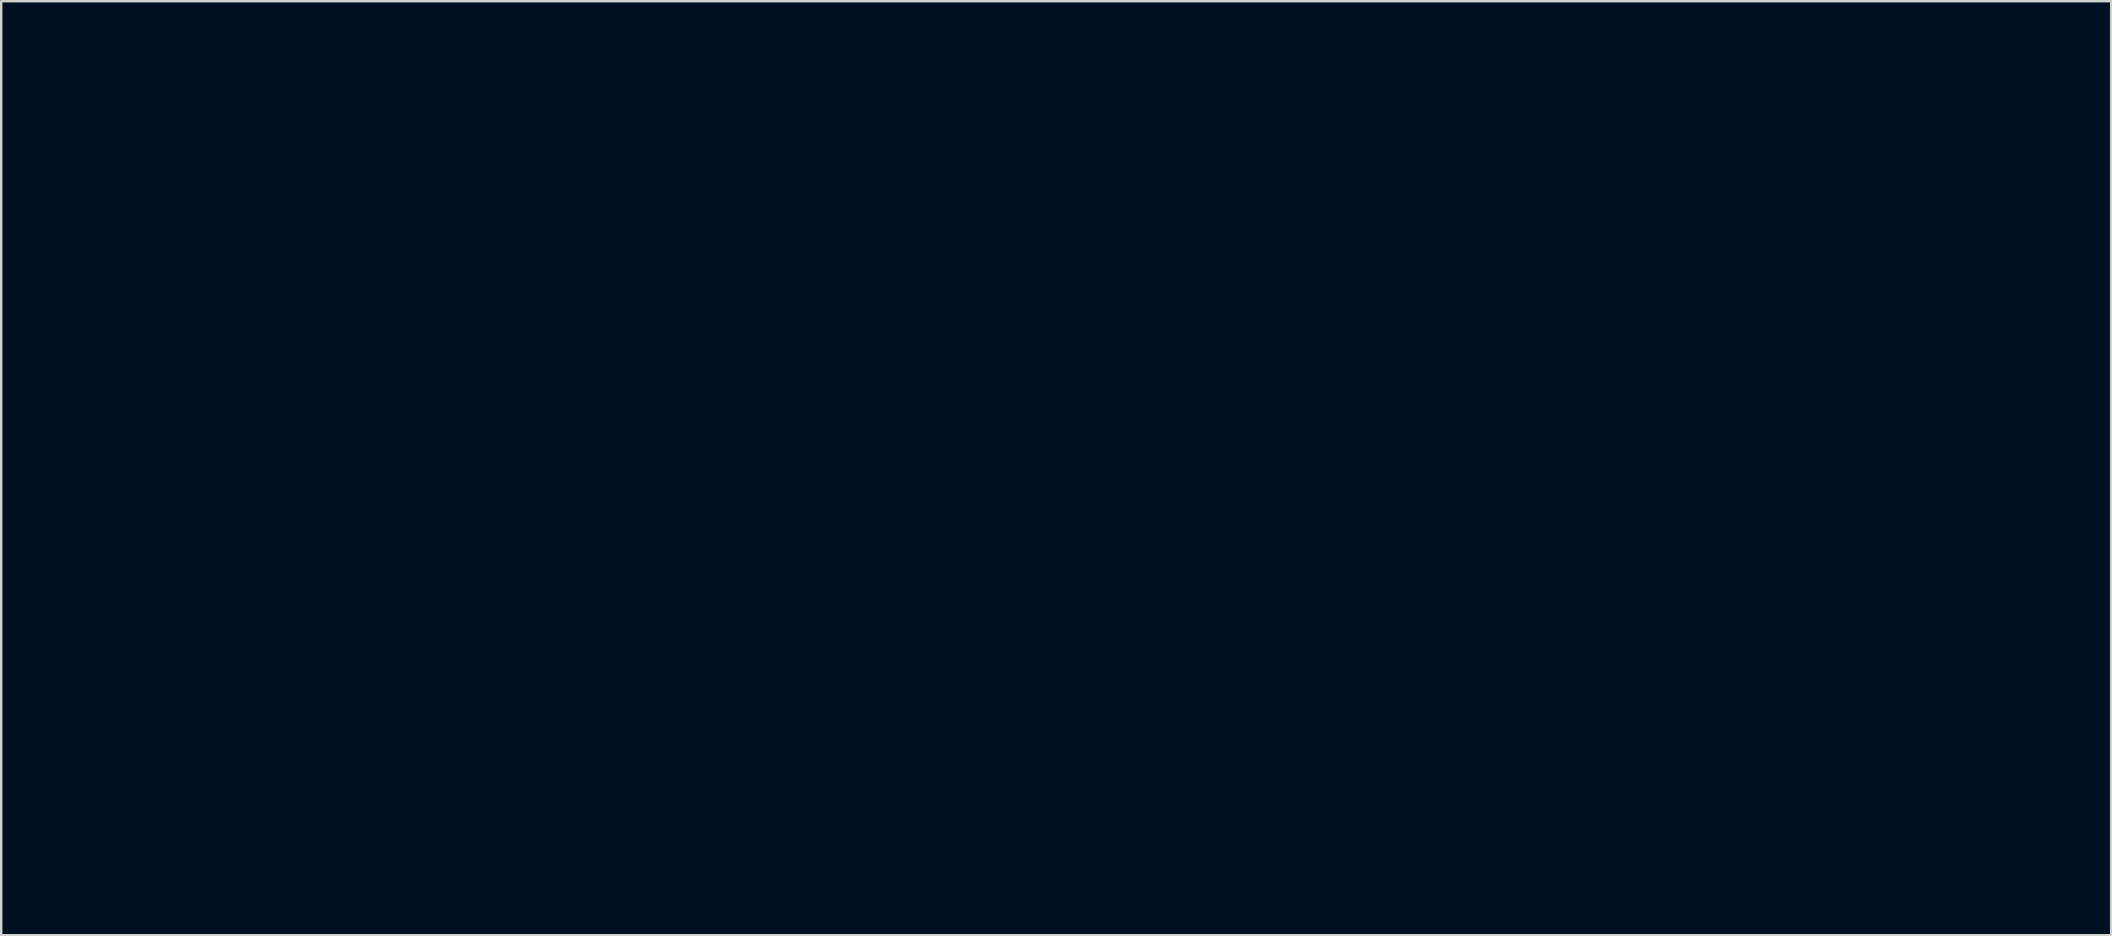
<source format=kicad_pcb>
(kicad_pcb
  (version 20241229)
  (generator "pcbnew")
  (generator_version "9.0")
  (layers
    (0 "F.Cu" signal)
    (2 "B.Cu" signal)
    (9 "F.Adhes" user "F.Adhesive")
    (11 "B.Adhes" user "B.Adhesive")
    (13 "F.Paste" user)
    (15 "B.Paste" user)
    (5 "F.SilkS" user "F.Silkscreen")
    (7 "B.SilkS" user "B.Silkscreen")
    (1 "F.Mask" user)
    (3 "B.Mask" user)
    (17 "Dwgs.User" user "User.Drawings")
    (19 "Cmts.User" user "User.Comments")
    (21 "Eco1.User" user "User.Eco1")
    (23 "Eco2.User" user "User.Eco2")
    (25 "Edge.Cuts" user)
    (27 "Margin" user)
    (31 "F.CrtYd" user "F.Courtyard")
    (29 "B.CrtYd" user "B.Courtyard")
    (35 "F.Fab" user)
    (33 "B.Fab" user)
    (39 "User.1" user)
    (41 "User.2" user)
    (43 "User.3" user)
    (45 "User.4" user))
  (footprint "triangleremovedtop fmask"
    (layer "F.Cu")
    (at 40.924 3.324)
    (property "Reference" "triangleremovedtop fmask" (at 0 0 0) (layer "F.Mask") (effects (font (size 1.524 1.524) (thickness 0.3))))
    (attr through_hole)
    (fp_poly (pts (xy -14.383 -3.311) (xy -14.007 -3.292) (xy -13.804 -3.265) (xy -13.785 -3.253) (xy -13.846 -3.089) (xy -14 -2.797) (xy -14.204 -2.45) (xy -14.414 -2.118) (xy -14.586 -1.873) (xy -14.675 -1.787) (xy -14.787 -1.892) (xy -14.924 -2.148) (xy -14.934 -2.17) (xy -15.133 -2.5) (xy -15.435 -2.849) (xy -15.528 -2.936) (xy -15.964 -3.319) (xy -14.874 -3.319) (xy -14.383 -3.311)) (stroke (width 0.01) (type solid)) (fill yes) (layer "F.Mask"))
    (fp_poly (pts (xy -27.842 10.306) (xy -27.583 10.566) (xy -27.23 10.955) (xy -26.815 11.439) (xy -26.37 11.98) (xy -26.058 12.373) (xy -25.74 12.768) (xy -25.449 13.11) (xy -25.255 13.316) (xy -25.114 13.495) (xy -25.077 13.705) (xy -25.157 13.987) (xy -25.368 14.383) (xy -25.721 14.935) (xy -25.761 14.995) (xy -26.285 15.745) (xy -26.706 16.275) (xy -27.037 16.596) (xy -27.285 16.719) (xy -27.314 16.721) (xy -27.524 16.647) (xy -27.862 16.455) (xy -28.259 16.183) (xy -28.29 16.16) (xy -28.783 15.776) (xy -29.303 15.35) (xy -29.657 15.044) (xy -30.276 14.487) (xy -29.357 12.782) (xy -29.019 12.148) (xy -28.711 11.559) (xy -28.461 11.068) (xy -28.295 10.727) (xy -28.258 10.644) (xy -28.115 10.361) (xy -27.993 10.216) (xy -27.975 10.211) (xy -27.842 10.306)) (stroke (width 0.01) (type solid)) (fill yes) (layer "F.Mask"))
    (fp_poly (pts (xy -32.194 16.913) (xy -31.859 17.092) (xy -31.401 17.359) (xy -30.863 17.688) (xy -30.727 17.774) (xy -30.167 18.127) (xy -29.668 18.441) (xy -29.278 18.684) (xy -29.046 18.827) (xy -29.023 18.842) (xy -28.886 18.94) (xy -28.854 19.062) (xy -28.931 19.282) (xy -29.056 19.544) (xy -29.31 19.981) (xy -29.642 20.45) (xy -29.8 20.645) (xy -30.248 21.044) (xy -30.7 21.194) (xy -31.185 21.103) (xy -31.399 20.998) (xy -31.659 20.874) (xy -32.086 20.694) (xy -32.605 20.489) (xy -32.85 20.396) (xy -33.347 20.199) (xy -33.746 20.018) (xy -33.99 19.88) (xy -34.038 19.832) (xy -34.021 19.652) (xy -33.926 19.305) (xy -33.771 18.859) (xy -33.736 18.766) (xy -33.482 18.206) (xy -33.182 17.684) (xy -32.87 17.251) (xy -32.583 16.956) (xy -32.359 16.848) (xy -32.194 16.913)) (stroke (width 0.01) (type solid)) (fill yes) (layer "F.Mask"))
    (fp_poly (pts (xy 26.706 9.081) (xy 26.918 9.351) (xy 27.23 9.777) (xy 27.601 10.302) (xy 27.993 10.869) (xy 28.023 10.913) (xy 28.395 11.461) (xy 28.732 11.954) (xy 28.998 12.342) (xy 29.16 12.574) (xy 29.173 12.592) (xy 29.255 12.727) (xy 29.259 12.853) (xy 29.156 13.012) (xy 28.918 13.243) (xy 28.516 13.589) (xy 28.439 13.655) (xy 27.773 14.194) (xy 27.115 14.687) (xy 26.501 15.11) (xy 25.969 15.435) (xy 25.559 15.64) (xy 25.332 15.699) (xy 25.012 15.58) (xy 24.721 15.285) (xy 24.539 15.017) (xy 24.288 14.616) (xy 23.997 14.132) (xy 23.696 13.617) (xy 23.413 13.121) (xy 23.18 12.696) (xy 23.024 12.392) (xy 22.975 12.265) (xy 23.059 12.147) (xy 23.294 11.876) (xy 23.651 11.482) (xy 24.105 10.995) (xy 24.626 10.445) (xy 24.658 10.411) (xy 26.342 8.652) (xy 26.706 9.081)) (stroke (width 0.01) (type solid)) (fill yes) (layer "F.Mask"))
    (fp_poly (pts (xy 31.604 15.386) (xy 31.815 15.605) (xy 32.103 15.995) (xy 32.484 16.574) (xy 32.914 17.265) (xy 33.254 17.886) (xy 33.415 18.361) (xy 33.401 18.727) (xy 33.215 19.018) (xy 33.069 19.138) (xy 32.802 19.302) (xy 32.379 19.533) (xy 31.847 19.808) (xy 31.255 20.103) (xy 30.651 20.394) (xy 30.085 20.659) (xy 29.605 20.874) (xy 29.258 21.015) (xy 29.102 21.059) (xy 28.885 20.983) (xy 28.583 20.797) (xy 28.495 20.73) (xy 28.282 20.494) (xy 28.017 20.105) (xy 27.737 19.632) (xy 27.48 19.146) (xy 27.285 18.714) (xy 27.191 18.406) (xy 27.187 18.36) (xy 27.287 18.24) (xy 27.548 18.033) (xy 27.911 17.786) (xy 28.303 17.522) (xy 28.827 17.152) (xy 29.411 16.726) (xy 29.955 16.32) (xy 30.464 15.943) (xy 30.912 15.631) (xy 31.254 15.413) (xy 31.446 15.318) (xy 31.458 15.317) (xy 31.604 15.386)) (stroke (width 0.01) (type solid)) (fill yes) (layer "F.Mask"))
    (fp_poly (pts (xy -16.622 -2.968) (xy -16.999 -2.682) (xy -17.449 -2.354) (xy -17.661 -2.204) (xy -18.072 -1.838) (xy -18.264 -1.483) (xy -18.229 -1.164) (xy -17.962 -0.909) (xy -17.948 -0.902) (xy -17.7 -0.7) (xy -17.407 -0.367) (xy -17.113 0.035) (xy -16.861 0.441) (xy -16.693 0.789) (xy -16.654 1.013) (xy -16.655 1.016) (xy -16.783 1.179) (xy -17.091 1.469) (xy -17.548 1.863) (xy -18.127 2.34) (xy -18.8 2.877) (xy -19.537 3.453) (xy -20.31 4.044) (xy -21.09 4.63) (xy -21.85 5.188) (xy -22.56 5.696) (xy -23.191 6.132) (xy -23.708 6.469) (xy -24.387 6.954) (xy -24.818 7.411) (xy -25.007 7.845) (xy -25.017 7.971) (xy -25.067 8.153) (xy -25.206 8.11) (xy -25.422 7.853) (xy -25.584 7.596) (xy -25.919 7.024) (xy -24.926 5.48) (xy -24.606 4.986) (xy -24.171 4.32) (xy -23.647 3.522) (xy -23.062 2.633) (xy -22.441 1.692) (xy -21.811 0.74) (xy -21.525 0.309) (xy -19.118 -3.319) (xy -16.175 -3.319) (xy -16.622 -2.968)) (stroke (width 0.01) (type solid)) (fill yes) (layer "F.Mask"))
    (fp_poly (pts (xy 18.061 -3.309) (xy 19.273 -1.565) (xy 19.772 -0.858) (xy 20.31 -0.113) (xy 20.834 0.598) (xy 21.289 1.198) (xy 21.421 1.368) (xy 21.857 1.94) (xy 22.301 2.557) (xy 22.728 3.179) (xy 23.112 3.765) (xy 23.426 4.275) (xy 23.644 4.667) (xy 23.739 4.903) (xy 23.741 4.924) (xy 23.833 5.111) (xy 24.055 5.334) (xy 24.06 5.338) (xy 24.282 5.537) (xy 24.379 5.672) (xy 24.379 5.675) (xy 24.302 5.867) (xy 24.093 6.207) (xy 23.781 6.657) (xy 23.398 7.176) (xy 22.975 7.727) (xy 22.542 8.269) (xy 22.13 8.764) (xy 21.77 9.172) (xy 21.493 9.455) (xy 21.329 9.572) (xy 21.319 9.573) (xy 21.18 9.489) (xy 20.963 9.286) (xy 20.955 9.277) (xy 20.726 8.95) (xy 20.725 8.667) (xy 20.962 8.391) (xy 21.182 8.236) (xy 21.669 7.875) (xy 21.908 7.546) (xy 21.899 7.227) (xy 21.642 6.893) (xy 21.22 6.573) (xy 20.625 6.161) (xy 19.889 5.619) (xy 19.057 4.984) (xy 18.175 4.292) (xy 17.289 3.581) (xy 16.445 2.887) (xy 15.689 2.246) (xy 15.067 1.695) (xy 14.776 1.423) (xy 13.534 0.221) (xy 14.425 -0.484) (xy 14.824 -0.818) (xy 15.13 -1.111) (xy 15.298 -1.318) (xy 15.317 -1.369) (xy 15.232 -1.702) (xy 14.966 -2.121) (xy 14.504 -2.651) (xy 14.445 -2.712) (xy 13.858 -3.319) (xy 18.061 -3.309)) (stroke (width 0.01) (type solid)) (fill yes) (layer "F.Mask"))
    (fp_poly (pts (xy 37.106 23.457) (xy 37.288 23.695) (xy 37.573 24.088) (xy 37.938 24.602) (xy 38.358 25.203) (xy 38.812 25.857) (xy 39.276 26.531) (xy 39.726 27.191) (xy 40.14 27.802) (xy 40.495 28.332) (xy 40.766 28.746) (xy 40.931 29.011) (xy 40.972 29.091) (xy 40.87 29.226) (xy 40.77 29.279) (xy 40.589 29.299) (xy 40.179 29.315) (xy 39.569 29.326) (xy 38.785 29.332) (xy 37.855 29.334) (xy 36.806 29.333) (xy 35.664 29.327) (xy 34.457 29.317) (xy 33.213 29.304) (xy 31.958 29.287) (xy 30.72 29.266) (xy 29.526 29.243) (xy 28.655 29.222) (xy 27.803 29.204) (xy 26.74 29.186) (xy 25.51 29.169) (xy 24.159 29.154) (xy 22.73 29.141) (xy 21.267 29.13) (xy 19.816 29.122) (xy 18.737 29.118) (xy 12.265 29.102) (xy 12.19 28.623) (xy 12.119 28.239) (xy 12.011 27.731) (xy 11.914 27.315) (xy 11.765 26.686) (xy 11.675 26.261) (xy 11.644 25.996) (xy 11.667 25.845) (xy 11.741 25.767) (xy 11.808 25.736) (xy 11.971 25.719) (xy 12.367 25.7) (xy 12.973 25.678) (xy 13.765 25.654) (xy 14.722 25.629) (xy 15.82 25.603) (xy 17.037 25.578) (xy 18.35 25.553) (xy 19.736 25.53) (xy 19.765 25.529) (xy 21.179 25.506) (xy 22.542 25.481) (xy 23.827 25.456) (xy 25.009 25.431) (xy 26.063 25.407) (xy 26.962 25.384) (xy 27.681 25.363) (xy 28.194 25.344) (xy 28.463 25.33) (xy 29.734 25.348) (xy 30.397 25.446) (xy 31.032 25.554) (xy 31.475 25.573) (xy 31.777 25.488) (xy 31.99 25.286) (xy 32.166 24.95) (xy 32.169 24.942) (xy 32.346 24.593) (xy 32.539 24.413) (xy 32.838 24.328) (xy 32.891 24.319) (xy 33.191 24.252) (xy 33.671 24.12) (xy 34.272 23.94) (xy 34.933 23.731) (xy 35.098 23.677) (xy 36.819 23.109) (xy 37.106 23.457)) (stroke (width 0.01) (type solid)) (fill yes) (layer "F.Mask"))
    (fp_poly (pts (xy -36.477 23.2) (xy -36.048 23.281) (xy -35.931 23.306) (xy -35.376 23.415) (xy -34.693 23.536) (xy -34.008 23.649) (xy -33.838 23.675) (xy -33.304 23.766) (xy -32.862 23.861) (xy -32.577 23.946) (xy -32.51 23.982) (xy -32.517 24.153) (xy -32.727 24.475) (xy -32.976 24.768) (xy -33.339 25.199) (xy -33.522 25.497) (xy -33.536 25.697) (xy -33.393 25.833) (xy -33.345 25.857) (xy -33.181 25.876) (xy -32.784 25.897) (xy -32.177 25.919) (xy -31.382 25.941) (xy -30.422 25.964) (xy -29.319 25.986) (xy -28.095 26.008) (xy -26.774 26.027) (xy -25.378 26.045) (xy -25.197 26.047) (xy -23.777 26.064) (xy -22.418 26.084) (xy -21.143 26.104) (xy -19.977 26.125) (xy -18.944 26.147) (xy -18.068 26.168) (xy -17.372 26.189) (xy -16.883 26.208) (xy -16.622 26.226) (xy -16.613 26.227) (xy -16.199 26.307) (xy -15.996 26.415) (xy -15.955 26.529) (xy -15.992 26.79) (xy -16.089 27.204) (xy -16.229 27.712) (xy -16.393 28.25) (xy -16.56 28.759) (xy -16.713 29.178) (xy -16.832 29.444) (xy -16.878 29.505) (xy -17.025 29.519) (xy -17.405 29.532) (xy -17.997 29.543) (xy -18.779 29.553) (xy -19.728 29.561) (xy -20.823 29.568) (xy -22.042 29.573) (xy -23.363 29.577) (xy -24.764 29.579) (xy -26.223 29.58) (xy -27.718 29.579) (xy -29.228 29.577) (xy -30.731 29.573) (xy -32.203 29.568) (xy -33.625 29.561) (xy -34.973 29.553) (xy -36.227 29.543) (xy -37.363 29.531) (xy -38.36 29.518) (xy -38.456 29.516) (xy -39.343 29.498) (xy -40.003 29.474) (xy -40.463 29.442) (xy -40.75 29.398) (xy -40.894 29.342) (xy -40.919 29.31) (xy -40.866 29.171) (xy -40.691 28.856) (xy -40.415 28.396) (xy -40.062 27.827) (xy -39.653 27.181) (xy -39.209 26.493) (xy -38.753 25.795) (xy -38.306 25.122) (xy -37.89 24.508) (xy -37.528 23.985) (xy -37.241 23.588) (xy -37.051 23.35) (xy -37.035 23.333) (xy -36.903 23.224) (xy -36.74 23.18) (xy -36.477 23.2)) (stroke (width 0.01) (type solid)) (fill yes) (layer "F.Mask")))
  (gr_rect
    (start -3 -3)
    (end 84.901 35.909)
    (stroke (width 0.1) (type default))
    (fill no)
    (layer "Edge.Cuts")))
</source>
